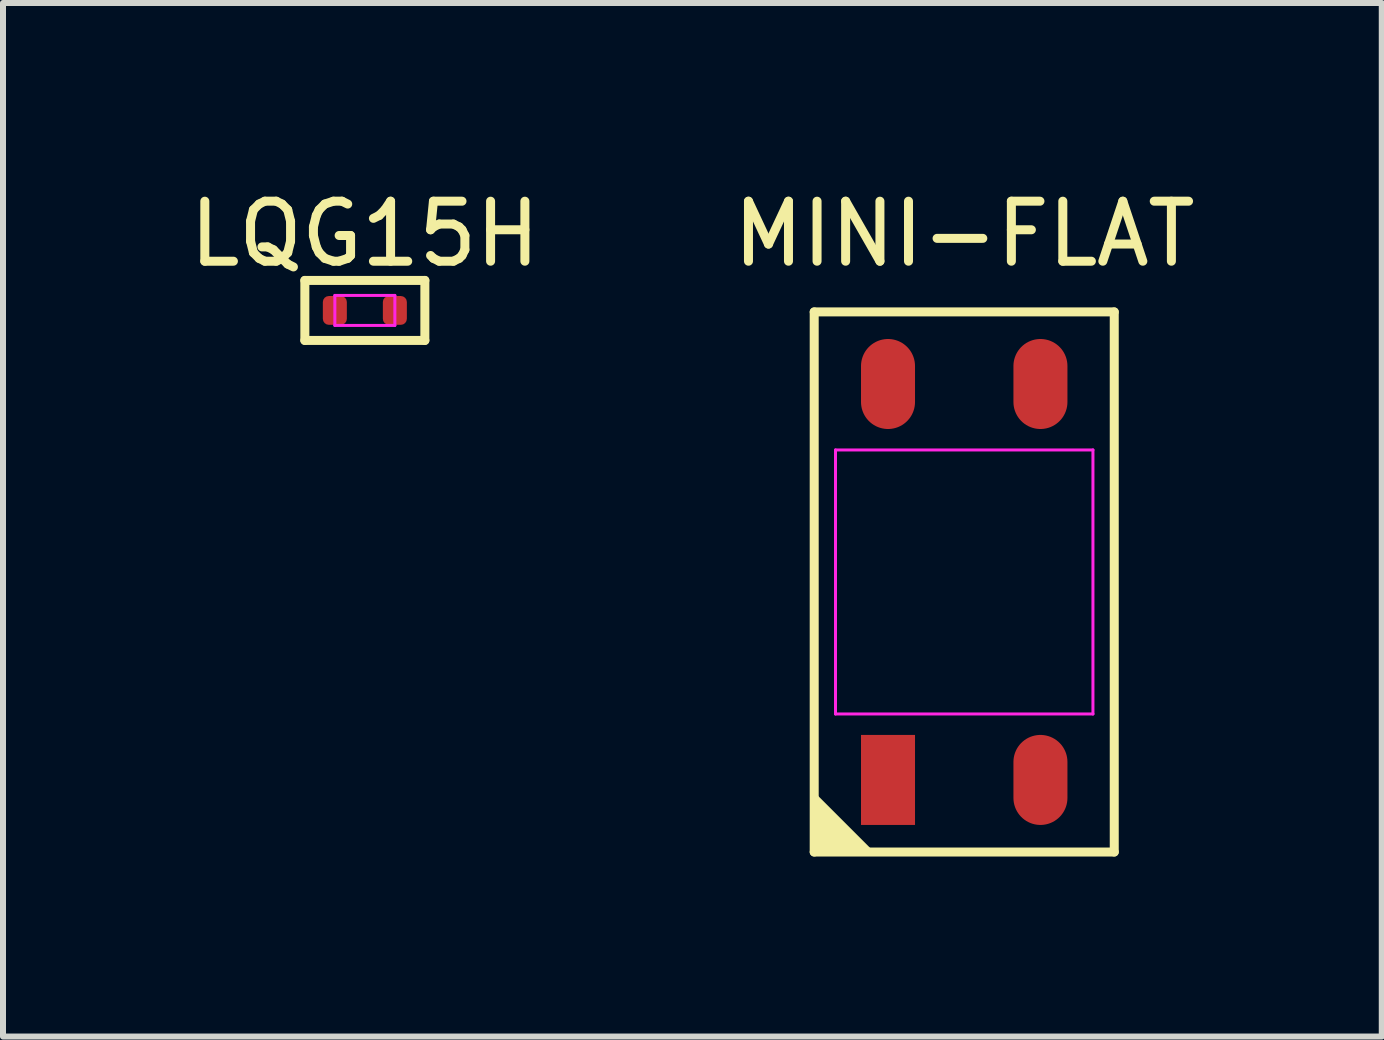
<source format=kicad_pcb>
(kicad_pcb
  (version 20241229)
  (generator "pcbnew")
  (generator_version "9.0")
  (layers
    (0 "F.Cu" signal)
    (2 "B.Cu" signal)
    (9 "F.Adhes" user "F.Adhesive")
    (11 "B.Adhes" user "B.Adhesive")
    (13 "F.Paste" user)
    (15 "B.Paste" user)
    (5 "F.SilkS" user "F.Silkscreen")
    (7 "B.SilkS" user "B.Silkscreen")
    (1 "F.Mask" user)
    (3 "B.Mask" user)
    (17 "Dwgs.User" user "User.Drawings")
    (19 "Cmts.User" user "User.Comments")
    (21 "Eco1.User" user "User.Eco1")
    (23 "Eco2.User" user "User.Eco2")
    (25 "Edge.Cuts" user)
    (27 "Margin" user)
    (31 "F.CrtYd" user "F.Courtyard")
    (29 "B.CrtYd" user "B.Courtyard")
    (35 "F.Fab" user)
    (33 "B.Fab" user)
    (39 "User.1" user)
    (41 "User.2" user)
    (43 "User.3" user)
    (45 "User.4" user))
  (footprint "LQG15H"
    (layer "F.Cu")
    (at 3.03 2.123)
    (property "Reference" "LQG15H" (at 0 -1.275 0) (layer "F.SilkS") (effects (font (size 1 1) (thickness 0.15))))
    (fp_line (start -1 -0.5) (end 1 -0.5) (stroke (width 0.15) (type solid)) (layer "F.SilkS"))
    (fp_line (start -1 0.5) (end -1 -0.5) (stroke (width 0.15) (type solid)) (layer "F.SilkS"))
    (fp_line (start -1 0.5) (end 1 0.5) (stroke (width 0.15) (type solid)) (layer "F.SilkS"))
    (fp_line (start 1 0.5) (end 1 -0.5) (stroke (width 0.15) (type solid)) (layer "F.SilkS"))
    (fp_line (start -0.5 0.25) (end -0.5 -0.25) (stroke (width 0.05) (type solid)) (layer "F.CrtYd"))
    (fp_line (start -0.5 -0.25) (end 0.5 -0.25) (stroke (width 0.05) (type solid)) (layer "F.CrtYd"))
    (fp_line (start -0.5 0.25) (end 0.5 0.25) (stroke (width 0.05) (type solid)) (layer "F.CrtYd"))
    (fp_line (start 0.5 0.25) (end 0.5 -0.25) (stroke (width 0.05) (type solid)) (layer "F.CrtYd"))
    (pad "1" smd roundrect (at -0.5 0) (size 0.4 0.48) (layers "F.Cu" "F.Mask" "F.Paste") (roundrect_rratio 0.25))
    (pad "2" smd roundrect (at 0.5 0) (size 0.4 0.48) (layers "F.Cu" "F.Mask" "F.Paste") (roundrect_rratio 0.25)))
  (footprint "MINI-FLAT"
    (layer "F.Cu")
    (at 13.018 6.648)
    (property "Reference" "MINI-FLAT" (at 0 -5.8 0) (layer "F.SilkS") (effects (font (size 1 1) (thickness 0.15))))
    (fp_line (start -2.5 -4.5) (end -2.5 4.5) (stroke (width 0.15) (type solid)) (layer "F.SilkS"))
    (fp_line (start 2.5 -4.5) (end -2.5 -4.5) (stroke (width 0.15) (type solid)) (layer "F.SilkS"))
    (fp_line (start 2.5 -4.5) (end 2.5 4.5) (stroke (width 0.15) (type solid)) (layer "F.SilkS"))
    (fp_line (start 2.5 4.5) (end -2.5 4.5) (stroke (width 0.15) (type solid)) (layer "F.SilkS"))
    (fp_poly (pts (xy -2.5 4.5) (xy -1.5 4.5) (xy -2.5 3.5)) (stroke (width 0) (type default)) (fill yes) (layer "F.SilkS"))
    (fp_line (start -2.145 -2.2) (end -2.145 2.2) (stroke (width 0.05) (type solid)) (layer "F.CrtYd"))
    (fp_line (start 2.145 -2.2) (end -2.145 -2.2) (stroke (width 0.05) (type solid)) (layer "F.CrtYd"))
    (fp_line (start 2.145 -2.2) (end 2.145 2.2) (stroke (width 0.05) (type solid)) (layer "F.CrtYd"))
    (fp_line (start 2.145 2.2) (end -2.145 2.2) (stroke (width 0.05) (type solid)) (layer "F.CrtYd"))
    (pad "1" smd rect (at -1.27 3.299 180) (size 0.9 1.5) (layers "F.Cu" "F.Mask" "F.Paste"))
    (pad "2" smd oval (at 1.27 3.299 180) (size 0.9 1.5) (layers "F.Cu" "F.Mask" "F.Paste"))
    (pad "3" smd oval (at 1.27 -3.299 180) (size 0.9 1.5) (layers "F.Cu" "F.Mask" "F.Paste"))
    (pad "4" smd oval (at -1.27 -3.299 180) (size 0.9 1.5) (layers "F.Cu" "F.Mask" "F.Paste")))
  (gr_rect
    (start -3 -3)
    (end 19.976 14.223)
    (stroke (width 0.1) (type default))
    (fill no)
    (layer "Edge.Cuts")))
</source>
